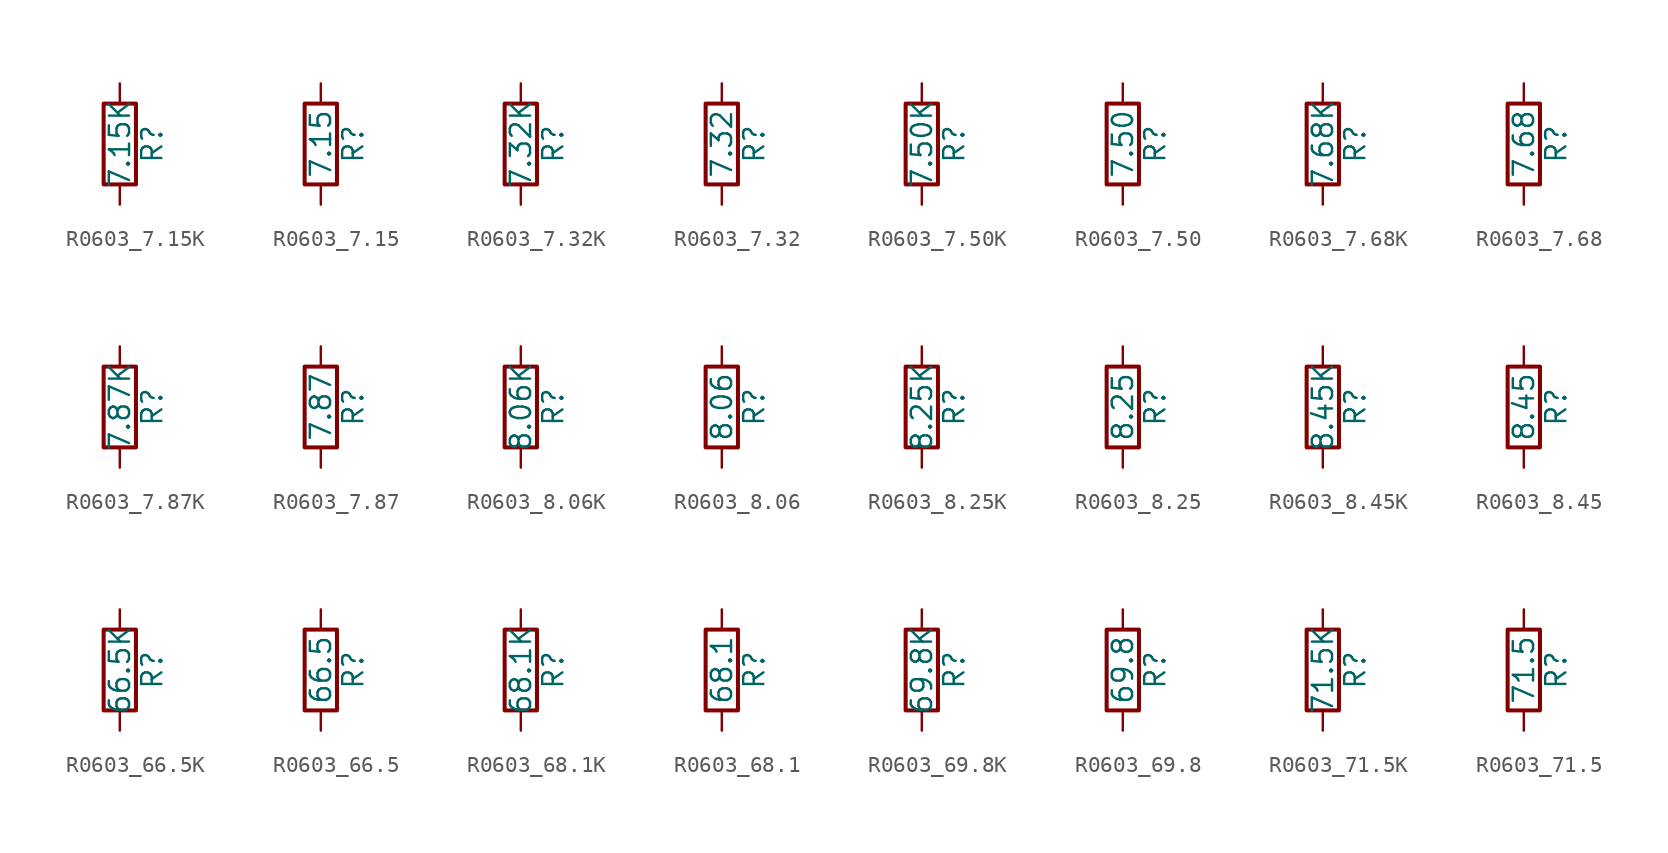
<source format=kicad_sym>
(kicad_symbol_lib
  (version 20211014)
  (generator atlantix-eda)
  (symbol "R0603_7.15K"
    (pin_numbers hide)
    (pin_names
      (offset 0))
    (property "Reference" "R"
      (at 2.032 0 90)
      (effects (font (size 1.27 1.27))))
    (property "Value" "7.15K"
      (at 0 0 90)
      (effects (font (size 1.27 1.27))))
    (symbol "R0603_7.15K_0_1"
      (rectangle (start -1.016 -2.54) (end 1.016 2.54) (stroke (width 0.254) (type default) (color 0 0 0 0)) (fill (type none))))
    (symbol "R0603_7.15K_1_1"
      (pin passive line (at 0 3.81 270) (length 1.27) (name "~" (effects (font (size 1.27 1.27)))) (number "1" (effects (font (size 1.27 1.27)))))
      (pin passive line (at 0 -3.81 90) (length 1.27) (name "~" (effects (font (size 1.27 1.27)))) (number "2" (effects (font (size 1.27 1.27)))))))
  (symbol "R0603_7.15"
    (pin_numbers hide)
    (pin_names
      (offset 0))
    (property "Reference" "R"
      (at 2.032 0 90)
      (effects (font (size 1.27 1.27))))
    (property "Value" "7.15"
      (at 0 0 90)
      (effects (font (size 1.27 1.27))))
    (symbol "R0603_7.15_0_1"
      (rectangle (start -1.016 -2.54) (end 1.016 2.54) (stroke (width 0.254) (type default) (color 0 0 0 0)) (fill (type none))))
    (symbol "R0603_7.15_1_1"
      (pin passive line (at 0 3.81 270) (length 1.27) (name "~" (effects (font (size 1.27 1.27)))) (number "1" (effects (font (size 1.27 1.27)))))
      (pin passive line (at 0 -3.81 90) (length 1.27) (name "~" (effects (font (size 1.27 1.27)))) (number "2" (effects (font (size 1.27 1.27)))))))
  (symbol "R0603_7.32K"
    (pin_numbers hide)
    (pin_names
      (offset 0))
    (property "Reference" "R"
      (at 2.032 0 90)
      (effects (font (size 1.27 1.27))))
    (property "Value" "7.32K"
      (at 0 0 90)
      (effects (font (size 1.27 1.27))))
    (symbol "R0603_7.32K_0_1"
      (rectangle (start -1.016 -2.54) (end 1.016 2.54) (stroke (width 0.254) (type default) (color 0 0 0 0)) (fill (type none))))
    (symbol "R0603_7.32K_1_1"
      (pin passive line (at 0 3.81 270) (length 1.27) (name "~" (effects (font (size 1.27 1.27)))) (number "1" (effects (font (size 1.27 1.27)))))
      (pin passive line (at 0 -3.81 90) (length 1.27) (name "~" (effects (font (size 1.27 1.27)))) (number "2" (effects (font (size 1.27 1.27)))))))
  (symbol "R0603_7.32"
    (pin_numbers hide)
    (pin_names
      (offset 0))
    (property "Reference" "R"
      (at 2.032 0 90)
      (effects (font (size 1.27 1.27))))
    (property "Value" "7.32"
      (at 0 0 90)
      (effects (font (size 1.27 1.27))))
    (symbol "R0603_7.32_0_1"
      (rectangle (start -1.016 -2.54) (end 1.016 2.54) (stroke (width 0.254) (type default) (color 0 0 0 0)) (fill (type none))))
    (symbol "R0603_7.32_1_1"
      (pin passive line (at 0 3.81 270) (length 1.27) (name "~" (effects (font (size 1.27 1.27)))) (number "1" (effects (font (size 1.27 1.27)))))
      (pin passive line (at 0 -3.81 90) (length 1.27) (name "~" (effects (font (size 1.27 1.27)))) (number "2" (effects (font (size 1.27 1.27)))))))
  (symbol "R0603_7.50K"
    (pin_numbers hide)
    (pin_names
      (offset 0))
    (property "Reference" "R"
      (at 2.032 0 90)
      (effects (font (size 1.27 1.27))))
    (property "Value" "7.50K"
      (at 0 0 90)
      (effects (font (size 1.27 1.27))))
    (symbol "R0603_7.50K_0_1"
      (rectangle (start -1.016 -2.54) (end 1.016 2.54) (stroke (width 0.254) (type default) (color 0 0 0 0)) (fill (type none))))
    (symbol "R0603_7.50K_1_1"
      (pin passive line (at 0 3.81 270) (length 1.27) (name "~" (effects (font (size 1.27 1.27)))) (number "1" (effects (font (size 1.27 1.27)))))
      (pin passive line (at 0 -3.81 90) (length 1.27) (name "~" (effects (font (size 1.27 1.27)))) (number "2" (effects (font (size 1.27 1.27)))))))
  (symbol "R0603_7.50"
    (pin_numbers hide)
    (pin_names
      (offset 0))
    (property "Reference" "R"
      (at 2.032 0 90)
      (effects (font (size 1.27 1.27))))
    (property "Value" "7.50"
      (at 0 0 90)
      (effects (font (size 1.27 1.27))))
    (symbol "R0603_7.50_0_1"
      (rectangle (start -1.016 -2.54) (end 1.016 2.54) (stroke (width 0.254) (type default) (color 0 0 0 0)) (fill (type none))))
    (symbol "R0603_7.50_1_1"
      (pin passive line (at 0 3.81 270) (length 1.27) (name "~" (effects (font (size 1.27 1.27)))) (number "1" (effects (font (size 1.27 1.27)))))
      (pin passive line (at 0 -3.81 90) (length 1.27) (name "~" (effects (font (size 1.27 1.27)))) (number "2" (effects (font (size 1.27 1.27)))))))
  (symbol "R0603_7.68K"
    (pin_numbers hide)
    (pin_names
      (offset 0))
    (property "Reference" "R"
      (at 2.032 0 90)
      (effects (font (size 1.27 1.27))))
    (property "Value" "7.68K"
      (at 0 0 90)
      (effects (font (size 1.27 1.27))))
    (symbol "R0603_7.68K_0_1"
      (rectangle (start -1.016 -2.54) (end 1.016 2.54) (stroke (width 0.254) (type default) (color 0 0 0 0)) (fill (type none))))
    (symbol "R0603_7.68K_1_1"
      (pin passive line (at 0 3.81 270) (length 1.27) (name "~" (effects (font (size 1.27 1.27)))) (number "1" (effects (font (size 1.27 1.27)))))
      (pin passive line (at 0 -3.81 90) (length 1.27) (name "~" (effects (font (size 1.27 1.27)))) (number "2" (effects (font (size 1.27 1.27)))))))
  (symbol "R0603_7.68"
    (pin_numbers hide)
    (pin_names
      (offset 0))
    (property "Reference" "R"
      (at 2.032 0 90)
      (effects (font (size 1.27 1.27))))
    (property "Value" "7.68"
      (at 0 0 90)
      (effects (font (size 1.27 1.27))))
    (symbol "R0603_7.68_0_1"
      (rectangle (start -1.016 -2.54) (end 1.016 2.54) (stroke (width 0.254) (type default) (color 0 0 0 0)) (fill (type none))))
    (symbol "R0603_7.68_1_1"
      (pin passive line (at 0 3.81 270) (length 1.27) (name "~" (effects (font (size 1.27 1.27)))) (number "1" (effects (font (size 1.27 1.27)))))
      (pin passive line (at 0 -3.81 90) (length 1.27) (name "~" (effects (font (size 1.27 1.27)))) (number "2" (effects (font (size 1.27 1.27)))))))
  (symbol "R0603_7.87K"
    (pin_numbers hide)
    (pin_names
      (offset 0))
    (property "Reference" "R"
      (at 2.032 0 90)
      (effects (font (size 1.27 1.27))))
    (property "Value" "7.87K"
      (at 0 0 90)
      (effects (font (size 1.27 1.27))))
    (symbol "R0603_7.87K_0_1"
      (rectangle (start -1.016 -2.54) (end 1.016 2.54) (stroke (width 0.254) (type default) (color 0 0 0 0)) (fill (type none))))
    (symbol "R0603_7.87K_1_1"
      (pin passive line (at 0 3.81 270) (length 1.27) (name "~" (effects (font (size 1.27 1.27)))) (number "1" (effects (font (size 1.27 1.27)))))
      (pin passive line (at 0 -3.81 90) (length 1.27) (name "~" (effects (font (size 1.27 1.27)))) (number "2" (effects (font (size 1.27 1.27)))))))
  (symbol "R0603_7.87"
    (pin_numbers hide)
    (pin_names
      (offset 0))
    (property "Reference" "R"
      (at 2.032 0 90)
      (effects (font (size 1.27 1.27))))
    (property "Value" "7.87"
      (at 0 0 90)
      (effects (font (size 1.27 1.27))))
    (symbol "R0603_7.87_0_1"
      (rectangle (start -1.016 -2.54) (end 1.016 2.54) (stroke (width 0.254) (type default) (color 0 0 0 0)) (fill (type none))))
    (symbol "R0603_7.87_1_1"
      (pin passive line (at 0 3.81 270) (length 1.27) (name "~" (effects (font (size 1.27 1.27)))) (number "1" (effects (font (size 1.27 1.27)))))
      (pin passive line (at 0 -3.81 90) (length 1.27) (name "~" (effects (font (size 1.27 1.27)))) (number "2" (effects (font (size 1.27 1.27)))))))
  (symbol "R0603_8.06K"
    (pin_numbers hide)
    (pin_names
      (offset 0))
    (property "Reference" "R"
      (at 2.032 0 90)
      (effects (font (size 1.27 1.27))))
    (property "Value" "8.06K"
      (at 0 0 90)
      (effects (font (size 1.27 1.27))))
    (symbol "R0603_8.06K_0_1"
      (rectangle (start -1.016 -2.54) (end 1.016 2.54) (stroke (width 0.254) (type default) (color 0 0 0 0)) (fill (type none))))
    (symbol "R0603_8.06K_1_1"
      (pin passive line (at 0 3.81 270) (length 1.27) (name "~" (effects (font (size 1.27 1.27)))) (number "1" (effects (font (size 1.27 1.27)))))
      (pin passive line (at 0 -3.81 90) (length 1.27) (name "~" (effects (font (size 1.27 1.27)))) (number "2" (effects (font (size 1.27 1.27)))))))
  (symbol "R0603_8.06"
    (pin_numbers hide)
    (pin_names
      (offset 0))
    (property "Reference" "R"
      (at 2.032 0 90)
      (effects (font (size 1.27 1.27))))
    (property "Value" "8.06"
      (at 0 0 90)
      (effects (font (size 1.27 1.27))))
    (symbol "R0603_8.06_0_1"
      (rectangle (start -1.016 -2.54) (end 1.016 2.54) (stroke (width 0.254) (type default) (color 0 0 0 0)) (fill (type none))))
    (symbol "R0603_8.06_1_1"
      (pin passive line (at 0 3.81 270) (length 1.27) (name "~" (effects (font (size 1.27 1.27)))) (number "1" (effects (font (size 1.27 1.27)))))
      (pin passive line (at 0 -3.81 90) (length 1.27) (name "~" (effects (font (size 1.27 1.27)))) (number "2" (effects (font (size 1.27 1.27)))))))
  (symbol "R0603_8.25K"
    (pin_numbers hide)
    (pin_names
      (offset 0))
    (property "Reference" "R"
      (at 2.032 0 90)
      (effects (font (size 1.27 1.27))))
    (property "Value" "8.25K"
      (at 0 0 90)
      (effects (font (size 1.27 1.27))))
    (symbol "R0603_8.25K_0_1"
      (rectangle (start -1.016 -2.54) (end 1.016 2.54) (stroke (width 0.254) (type default) (color 0 0 0 0)) (fill (type none))))
    (symbol "R0603_8.25K_1_1"
      (pin passive line (at 0 3.81 270) (length 1.27) (name "~" (effects (font (size 1.27 1.27)))) (number "1" (effects (font (size 1.27 1.27)))))
      (pin passive line (at 0 -3.81 90) (length 1.27) (name "~" (effects (font (size 1.27 1.27)))) (number "2" (effects (font (size 1.27 1.27)))))))
  (symbol "R0603_8.25"
    (pin_numbers hide)
    (pin_names
      (offset 0))
    (property "Reference" "R"
      (at 2.032 0 90)
      (effects (font (size 1.27 1.27))))
    (property "Value" "8.25"
      (at 0 0 90)
      (effects (font (size 1.27 1.27))))
    (symbol "R0603_8.25_0_1"
      (rectangle (start -1.016 -2.54) (end 1.016 2.54) (stroke (width 0.254) (type default) (color 0 0 0 0)) (fill (type none))))
    (symbol "R0603_8.25_1_1"
      (pin passive line (at 0 3.81 270) (length 1.27) (name "~" (effects (font (size 1.27 1.27)))) (number "1" (effects (font (size 1.27 1.27)))))
      (pin passive line (at 0 -3.81 90) (length 1.27) (name "~" (effects (font (size 1.27 1.27)))) (number "2" (effects (font (size 1.27 1.27)))))))
  (symbol "R0603_8.45K"
    (pin_numbers hide)
    (pin_names
      (offset 0))
    (property "Reference" "R"
      (at 2.032 0 90)
      (effects (font (size 1.27 1.27))))
    (property "Value" "8.45K"
      (at 0 0 90)
      (effects (font (size 1.27 1.27))))
    (symbol "R0603_8.45K_0_1"
      (rectangle (start -1.016 -2.54) (end 1.016 2.54) (stroke (width 0.254) (type default) (color 0 0 0 0)) (fill (type none))))
    (symbol "R0603_8.45K_1_1"
      (pin passive line (at 0 3.81 270) (length 1.27) (name "~" (effects (font (size 1.27 1.27)))) (number "1" (effects (font (size 1.27 1.27)))))
      (pin passive line (at 0 -3.81 90) (length 1.27) (name "~" (effects (font (size 1.27 1.27)))) (number "2" (effects (font (size 1.27 1.27)))))))
  (symbol "R0603_8.45"
    (pin_numbers hide)
    (pin_names
      (offset 0))
    (property "Reference" "R"
      (at 2.032 0 90)
      (effects (font (size 1.27 1.27))))
    (property "Value" "8.45"
      (at 0 0 90)
      (effects (font (size 1.27 1.27))))
    (symbol "R0603_8.45_0_1"
      (rectangle (start -1.016 -2.54) (end 1.016 2.54) (stroke (width 0.254) (type default) (color 0 0 0 0)) (fill (type none))))
    (symbol "R0603_8.45_1_1"
      (pin passive line (at 0 3.81 270) (length 1.27) (name "~" (effects (font (size 1.27 1.27)))) (number "1" (effects (font (size 1.27 1.27)))))
      (pin passive line (at 0 -3.81 90) (length 1.27) (name "~" (effects (font (size 1.27 1.27)))) (number "2" (effects (font (size 1.27 1.27)))))))
  (symbol "R0603_66.5K"
    (pin_numbers hide)
    (pin_names
      (offset 0))
    (property "Reference" "R"
      (at 2.032 0 90)
      (effects (font (size 1.27 1.27))))
    (property "Value" "66.5K"
      (at 0 0 90)
      (effects (font (size 1.27 1.27))))
    (symbol "R0603_66.5K_0_1"
      (rectangle (start -1.016 -2.54) (end 1.016 2.54) (stroke (width 0.254) (type default) (color 0 0 0 0)) (fill (type none))))
    (symbol "R0603_66.5K_1_1"
      (pin passive line (at 0 3.81 270) (length 1.27) (name "~" (effects (font (size 1.27 1.27)))) (number "1" (effects (font (size 1.27 1.27)))))
      (pin passive line (at 0 -3.81 90) (length 1.27) (name "~" (effects (font (size 1.27 1.27)))) (number "2" (effects (font (size 1.27 1.27)))))))
  (symbol "R0603_66.5"
    (pin_numbers hide)
    (pin_names
      (offset 0))
    (property "Reference" "R"
      (at 2.032 0 90)
      (effects (font (size 1.27 1.27))))
    (property "Value" "66.5"
      (at 0 0 90)
      (effects (font (size 1.27 1.27))))
    (symbol "R0603_66.5_0_1"
      (rectangle (start -1.016 -2.54) (end 1.016 2.54) (stroke (width 0.254) (type default) (color 0 0 0 0)) (fill (type none))))
    (symbol "R0603_66.5_1_1"
      (pin passive line (at 0 3.81 270) (length 1.27) (name "~" (effects (font (size 1.27 1.27)))) (number "1" (effects (font (size 1.27 1.27)))))
      (pin passive line (at 0 -3.81 90) (length 1.27) (name "~" (effects (font (size 1.27 1.27)))) (number "2" (effects (font (size 1.27 1.27)))))))
  (symbol "R0603_68.1K"
    (pin_numbers hide)
    (pin_names
      (offset 0))
    (property "Reference" "R"
      (at 2.032 0 90)
      (effects (font (size 1.27 1.27))))
    (property "Value" "68.1K"
      (at 0 0 90)
      (effects (font (size 1.27 1.27))))
    (symbol "R0603_68.1K_0_1"
      (rectangle (start -1.016 -2.54) (end 1.016 2.54) (stroke (width 0.254) (type default) (color 0 0 0 0)) (fill (type none))))
    (symbol "R0603_68.1K_1_1"
      (pin passive line (at 0 3.81 270) (length 1.27) (name "~" (effects (font (size 1.27 1.27)))) (number "1" (effects (font (size 1.27 1.27)))))
      (pin passive line (at 0 -3.81 90) (length 1.27) (name "~" (effects (font (size 1.27 1.27)))) (number "2" (effects (font (size 1.27 1.27)))))))
  (symbol "R0603_68.1"
    (pin_numbers hide)
    (pin_names
      (offset 0))
    (property "Reference" "R"
      (at 2.032 0 90)
      (effects (font (size 1.27 1.27))))
    (property "Value" "68.1"
      (at 0 0 90)
      (effects (font (size 1.27 1.27))))
    (symbol "R0603_68.1_0_1"
      (rectangle (start -1.016 -2.54) (end 1.016 2.54) (stroke (width 0.254) (type default) (color 0 0 0 0)) (fill (type none))))
    (symbol "R0603_68.1_1_1"
      (pin passive line (at 0 3.81 270) (length 1.27) (name "~" (effects (font (size 1.27 1.27)))) (number "1" (effects (font (size 1.27 1.27)))))
      (pin passive line (at 0 -3.81 90) (length 1.27) (name "~" (effects (font (size 1.27 1.27)))) (number "2" (effects (font (size 1.27 1.27)))))))
  (symbol "R0603_69.8K"
    (pin_numbers hide)
    (pin_names
      (offset 0))
    (property "Reference" "R"
      (at 2.032 0 90)
      (effects (font (size 1.27 1.27))))
    (property "Value" "69.8K"
      (at 0 0 90)
      (effects (font (size 1.27 1.27))))
    (symbol "R0603_69.8K_0_1"
      (rectangle (start -1.016 -2.54) (end 1.016 2.54) (stroke (width 0.254) (type default) (color 0 0 0 0)) (fill (type none))))
    (symbol "R0603_69.8K_1_1"
      (pin passive line (at 0 3.81 270) (length 1.27) (name "~" (effects (font (size 1.27 1.27)))) (number "1" (effects (font (size 1.27 1.27)))))
      (pin passive line (at 0 -3.81 90) (length 1.27) (name "~" (effects (font (size 1.27 1.27)))) (number "2" (effects (font (size 1.27 1.27)))))))
  (symbol "R0603_69.8"
    (pin_numbers hide)
    (pin_names
      (offset 0))
    (property "Reference" "R"
      (at 2.032 0 90)
      (effects (font (size 1.27 1.27))))
    (property "Value" "69.8"
      (at 0 0 90)
      (effects (font (size 1.27 1.27))))
    (symbol "R0603_69.8_0_1"
      (rectangle (start -1.016 -2.54) (end 1.016 2.54) (stroke (width 0.254) (type default) (color 0 0 0 0)) (fill (type none))))
    (symbol "R0603_69.8_1_1"
      (pin passive line (at 0 3.81 270) (length 1.27) (name "~" (effects (font (size 1.27 1.27)))) (number "1" (effects (font (size 1.27 1.27)))))
      (pin passive line (at 0 -3.81 90) (length 1.27) (name "~" (effects (font (size 1.27 1.27)))) (number "2" (effects (font (size 1.27 1.27)))))))
  (symbol "R0603_71.5K"
    (pin_numbers hide)
    (pin_names
      (offset 0))
    (property "Reference" "R"
      (at 2.032 0 90)
      (effects (font (size 1.27 1.27))))
    (property "Value" "71.5K"
      (at 0 0 90)
      (effects (font (size 1.27 1.27))))
    (symbol "R0603_71.5K_0_1"
      (rectangle (start -1.016 -2.54) (end 1.016 2.54) (stroke (width 0.254) (type default) (color 0 0 0 0)) (fill (type none))))
    (symbol "R0603_71.5K_1_1"
      (pin passive line (at 0 3.81 270) (length 1.27) (name "~" (effects (font (size 1.27 1.27)))) (number "1" (effects (font (size 1.27 1.27)))))
      (pin passive line (at 0 -3.81 90) (length 1.27) (name "~" (effects (font (size 1.27 1.27)))) (number "2" (effects (font (size 1.27 1.27)))))))
  (symbol "R0603_71.5"
    (pin_numbers hide)
    (pin_names
      (offset 0))
    (property "Reference" "R"
      (at 2.032 0 90)
      (effects (font (size 1.27 1.27))))
    (property "Value" "71.5"
      (at 0 0 90)
      (effects (font (size 1.27 1.27))))
    (symbol "R0603_71.5_0_1"
      (rectangle (start -1.016 -2.54) (end 1.016 2.54) (stroke (width 0.254) (type default) (color 0 0 0 0)) (fill (type none))))
    (symbol "R0603_71.5_1_1"
      (pin passive line (at 0 3.81 270) (length 1.27) (name "~" (effects (font (size 1.27 1.27)))) (number "1" (effects (font (size 1.27 1.27)))))
      (pin passive line (at 0 -3.81 90) (length 1.27) (name "~" (effects (font (size 1.27 1.27)))) (number "2" (effects (font (size 1.27 1.27))))))))
</source>
